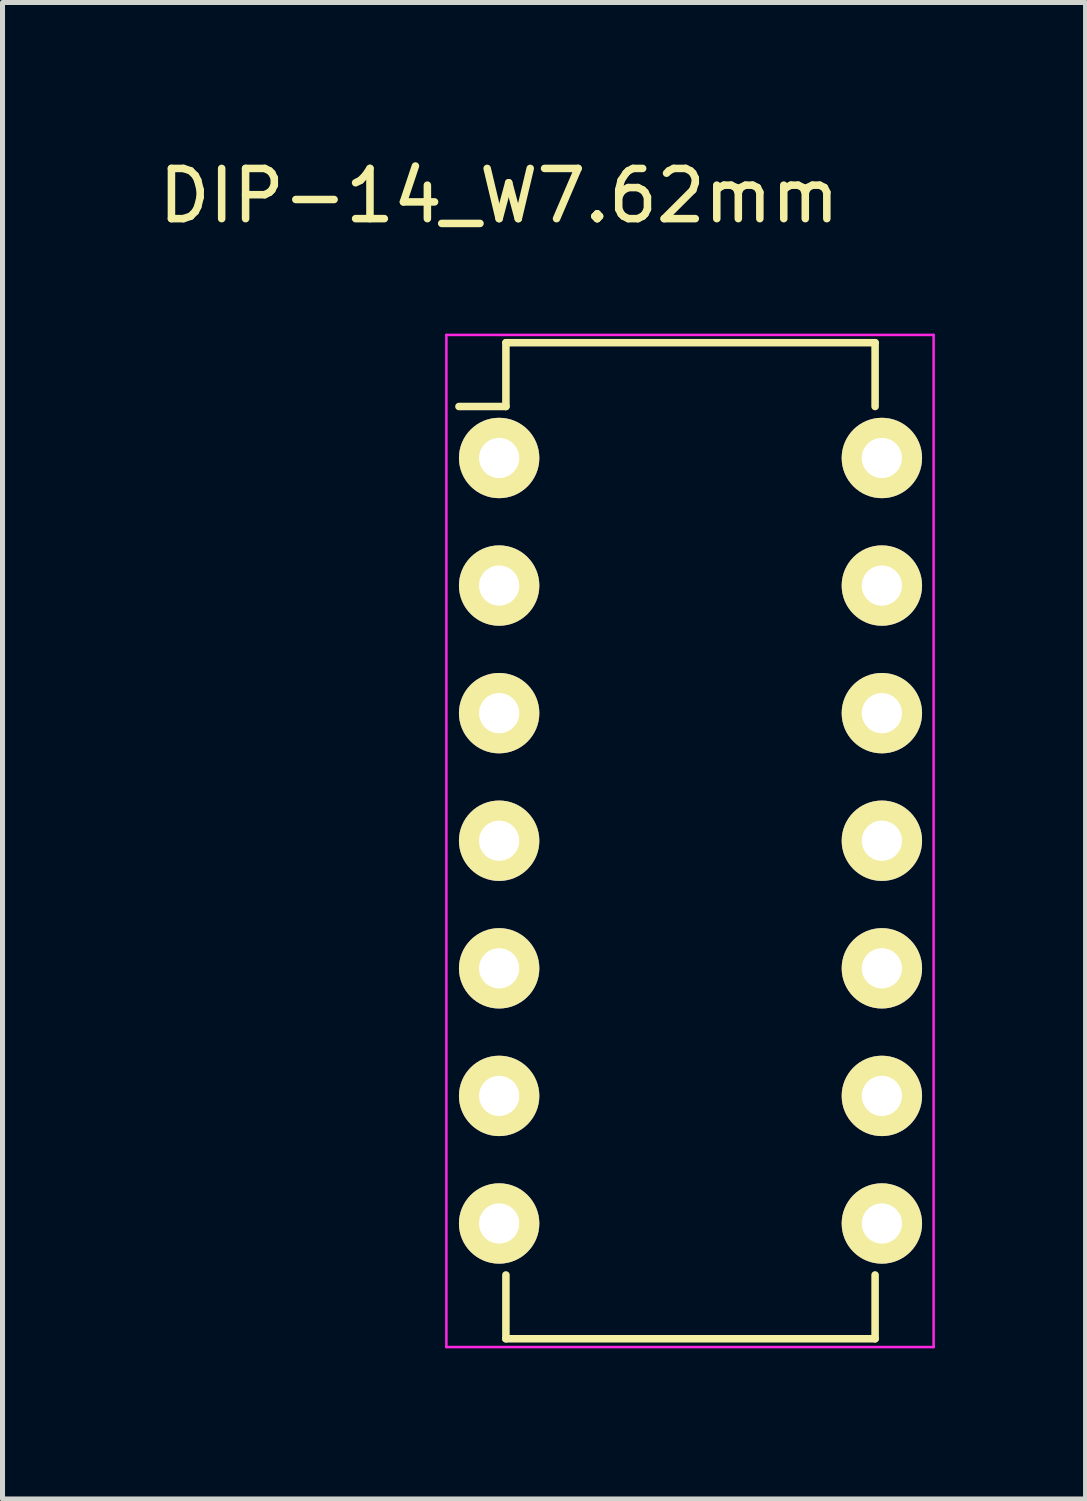
<source format=kicad_pcb>
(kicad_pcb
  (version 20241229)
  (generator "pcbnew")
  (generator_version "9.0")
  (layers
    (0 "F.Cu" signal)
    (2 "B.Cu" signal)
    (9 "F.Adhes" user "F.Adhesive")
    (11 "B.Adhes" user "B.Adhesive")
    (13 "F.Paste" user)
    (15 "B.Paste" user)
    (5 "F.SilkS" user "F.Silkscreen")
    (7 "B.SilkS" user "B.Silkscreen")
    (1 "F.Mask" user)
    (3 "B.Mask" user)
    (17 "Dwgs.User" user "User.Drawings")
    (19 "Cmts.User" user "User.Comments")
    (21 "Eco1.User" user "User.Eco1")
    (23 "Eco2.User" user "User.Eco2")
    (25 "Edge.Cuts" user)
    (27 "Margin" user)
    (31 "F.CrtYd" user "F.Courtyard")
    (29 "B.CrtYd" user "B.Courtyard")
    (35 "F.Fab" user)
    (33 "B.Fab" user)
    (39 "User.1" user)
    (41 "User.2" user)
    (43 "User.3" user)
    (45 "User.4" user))
  (footprint "DIP-14_W7.62mm"
    (layer "F.Cu")
    (at 6.887 6.068)
    (property "Reference" "DIP-14_W7.62mm" (at 0 -5.22 0) (layer "F.SilkS") (effects (font (size 1 1) (thickness 0.15))))
    (attr through_hole)
    (fp_line (start 0.135 -2.295) (end 0.135 -1.025) (stroke (width 0.15) (type solid)) (layer "F.SilkS"))
    (fp_line (start 0.135 -2.295) (end 7.485 -2.295) (stroke (width 0.15) (type solid)) (layer "F.SilkS"))
    (fp_line (start 0.135 -1.025) (end -0.8 -1.025) (stroke (width 0.15) (type solid)) (layer "F.SilkS"))
    (fp_line (start 0.135 17.535) (end 0.135 16.265) (stroke (width 0.15) (type solid)) (layer "F.SilkS"))
    (fp_line (start 0.135 17.535) (end 7.485 17.535) (stroke (width 0.15) (type solid)) (layer "F.SilkS"))
    (fp_line (start 7.485 -2.295) (end 7.485 -1.025) (stroke (width 0.15) (type solid)) (layer "F.SilkS"))
    (fp_line (start 7.485 17.535) (end 7.485 16.265) (stroke (width 0.15) (type solid)) (layer "F.SilkS"))
    (fp_line (start -1.05 -2.45) (end -1.05 17.7) (stroke (width 0.05) (type solid)) (layer "F.CrtYd"))
    (fp_line (start -1.05 -2.45) (end 8.65 -2.45) (stroke (width 0.05) (type solid)) (layer "F.CrtYd"))
    (fp_line (start -1.05 17.7) (end 8.65 17.7) (stroke (width 0.05) (type solid)) (layer "F.CrtYd"))
    (fp_line (start 8.65 -2.45) (end 8.65 17.7) (stroke (width 0.05) (type solid)) (layer "F.CrtYd"))
    (pad "1" thru_hole oval (at 0 0) (size 1.6 1.6) (drill 0.8) (layers "*.Cu" "*.Mask" "F.SilkS"))
    (pad "2" thru_hole oval (at 0 2.54) (size 1.6 1.6) (drill 0.8) (layers "*.Cu" "*.Mask" "F.SilkS"))
    (pad "3" thru_hole oval (at 0 5.08) (size 1.6 1.6) (drill 0.8) (layers "*.Cu" "*.Mask" "F.SilkS"))
    (pad "4" thru_hole oval (at 0 7.62) (size 1.6 1.6) (drill 0.8) (layers "*.Cu" "*.Mask" "F.SilkS"))
    (pad "5" thru_hole oval (at 0 10.16) (size 1.6 1.6) (drill 0.8) (layers "*.Cu" "*.Mask" "F.SilkS"))
    (pad "6" thru_hole oval (at 0 12.7) (size 1.6 1.6) (drill 0.8) (layers "*.Cu" "*.Mask" "F.SilkS"))
    (pad "7" thru_hole oval (at 0 15.24) (size 1.6 1.6) (drill 0.8) (layers "*.Cu" "*.Mask" "F.SilkS"))
    (pad "8" thru_hole oval (at 7.62 15.24) (size 1.6 1.6) (drill 0.8) (layers "*.Cu" "*.Mask" "F.SilkS"))
    (pad "9" thru_hole oval (at 7.62 12.7) (size 1.6 1.6) (drill 0.8) (layers "*.Cu" "*.Mask" "F.SilkS"))
    (pad "10" thru_hole oval (at 7.62 10.16) (size 1.6 1.6) (drill 0.8) (layers "*.Cu" "*.Mask" "F.SilkS"))
    (pad "11" thru_hole oval (at 7.62 7.62) (size 1.6 1.6) (drill 0.8) (layers "*.Cu" "*.Mask" "F.SilkS"))
    (pad "12" thru_hole oval (at 7.62 5.08) (size 1.6 1.6) (drill 0.8) (layers "*.Cu" "*.Mask" "F.SilkS"))
    (pad "13" thru_hole oval (at 7.62 2.54) (size 1.6 1.6) (drill 0.8) (layers "*.Cu" "*.Mask" "F.SilkS"))
    (pad "14" thru_hole oval (at 7.62 0) (size 1.6 1.6) (drill 0.8) (layers "*.Cu" "*.Mask" "F.SilkS")))
  (gr_rect
    (start -3 -3)
    (end 18.562 26.793)
    (stroke (width 0.1) (type default))
    (fill no)
    (layer "Edge.Cuts")))
</source>
